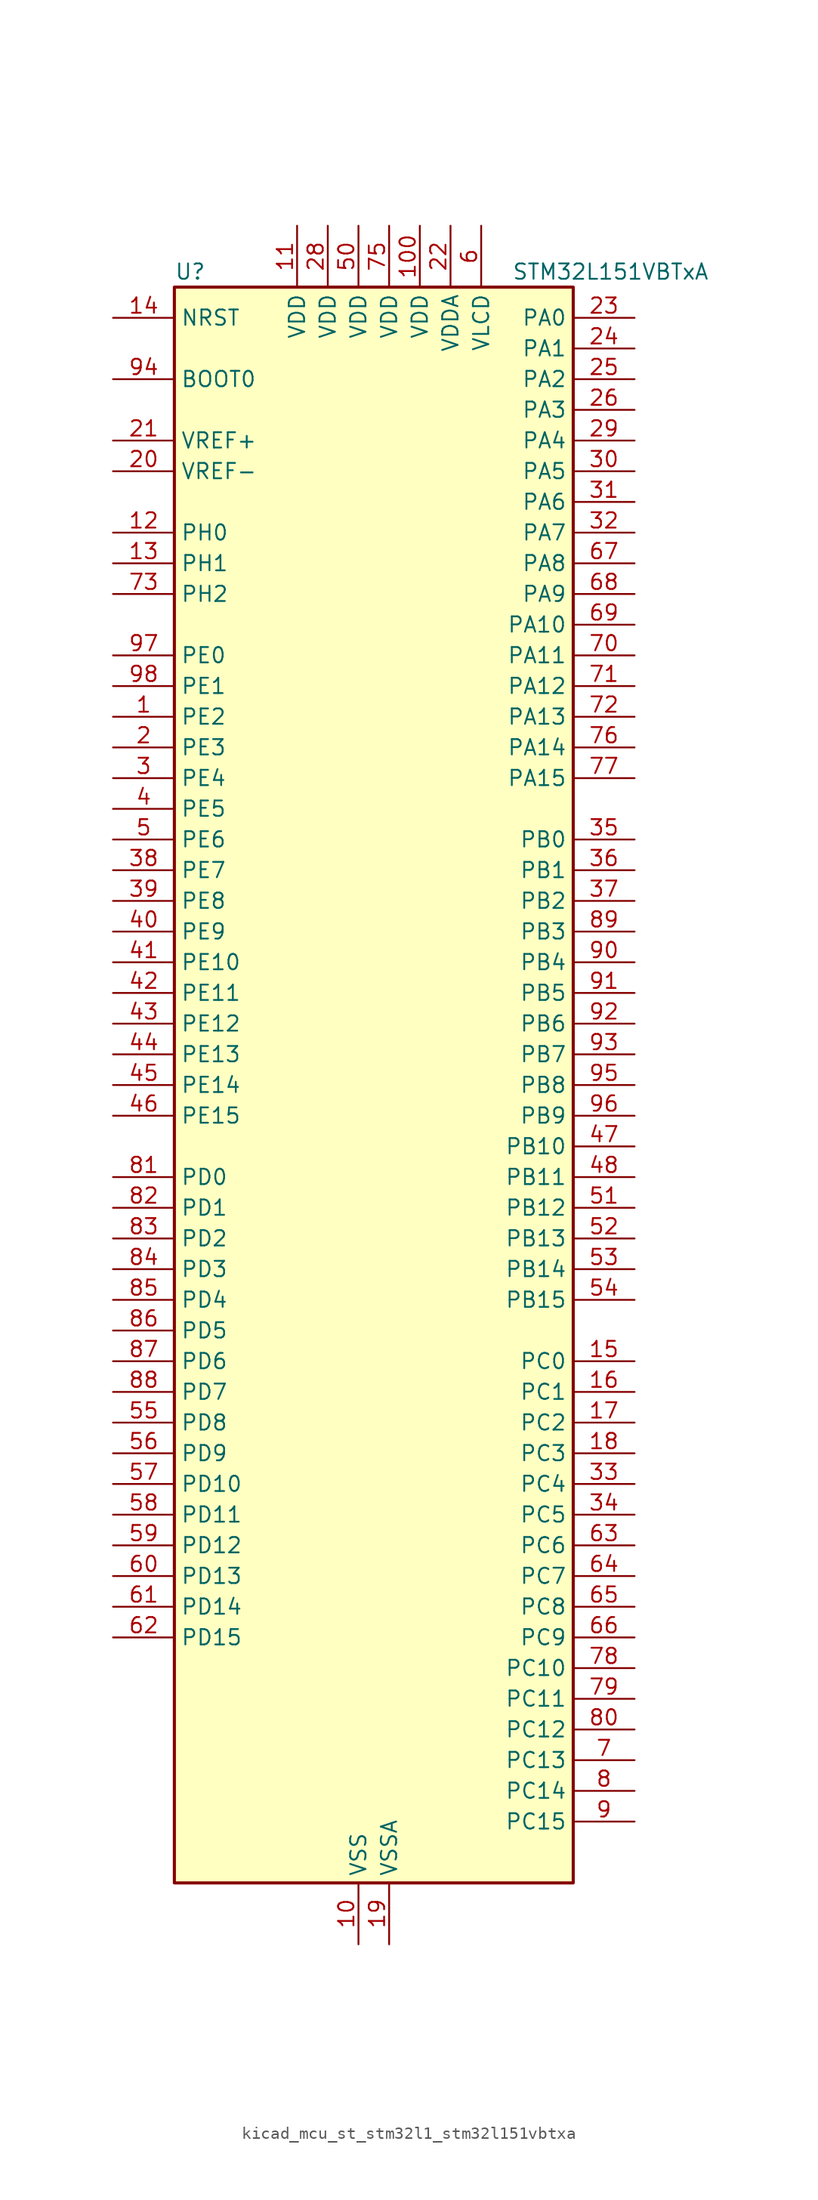
<source format=kicad_sym>
(kicad_symbol_lib
  (version 20220914)
  (generator kicad_symbol_editor)
  (symbol "kicad_mcu_st_stm32l1_stm32l151vbtxa"
    (property "Reference" "U"
      (at -15.24 67.31 0)
      (effects (font (size 1.27 1.27)) (justify left)))
    (property "Value" "STM32L151VBTxA"
      (at 12.7 67.31 0)
      (effects (font (size 1.27 1.27)) (justify left)))
    (property "ki_locked" ""
      (at 0 0 0)
      (effects (font (size 1.27 1.27))))
    (symbol "kicad_mcu_st_stm32l1_stm32l151vbtxa_0_1"
      (rectangle (start -15.24 -66.04) (end 17.78 66.04) (stroke (width 0.254) (type default)) (fill (type background))))
    (symbol "kicad_mcu_st_stm32l1_stm32l151vbtxa_1_1"
      (pin bidirectional line (at -20.32 30.48 0) (length 5.08) (name "PE2" (effects (font (size 1.27 1.27)))) (number "1" (effects (font (size 1.27 1.27)))) (alternate "SYS_TRACECK" bidirectional line) (alternate "TIM3_ETR" bidirectional line) (alternate "TIMX_IC3" bidirectional line))
      (pin power_in line (at 0 -71.12 90) (length 5.08) (name "VSS" (effects (font (size 1.27 1.27)))) (number "10" (effects (font (size 1.27 1.27)))))
      (pin power_in line (at 5.08 71.12 270) (length 5.08) (name "VDD" (effects (font (size 1.27 1.27)))) (number "100" (effects (font (size 1.27 1.27)))))
      (pin power_in line (at -5.08 71.12 270) (length 5.08) (name "VDD" (effects (font (size 1.27 1.27)))) (number "11" (effects (font (size 1.27 1.27)))))
      (pin bidirectional line (at -20.32 45.72 0) (length 5.08) (name "PH0" (effects (font (size 1.27 1.27)))) (number "12" (effects (font (size 1.27 1.27)))) (alternate "RCC_OSC_IN" bidirectional line))
      (pin bidirectional line (at -20.32 43.18 0) (length 5.08) (name "PH1" (effects (font (size 1.27 1.27)))) (number "13" (effects (font (size 1.27 1.27)))) (alternate "RCC_OSC_OUT" bidirectional line))
      (pin input line (at -20.32 63.5 0) (length 5.08) (name "NRST" (effects (font (size 1.27 1.27)))) (number "14" (effects (font (size 1.27 1.27)))))
      (pin bidirectional line (at 22.86 -22.86 180) (length 5.08) (name "PC0" (effects (font (size 1.27 1.27)))) (number "15" (effects (font (size 1.27 1.27)))) (alternate "ADC_IN10" bidirectional line) (alternate "COMP1_INP" bidirectional line) (alternate "TIMX_IC1" bidirectional line) (alternate "TS_G8_IO1" bidirectional line))
      (pin bidirectional line (at 22.86 -25.4 180) (length 5.08) (name "PC1" (effects (font (size 1.27 1.27)))) (number "16" (effects (font (size 1.27 1.27)))) (alternate "ADC_IN11" bidirectional line) (alternate "COMP1_INP" bidirectional line) (alternate "TIMX_IC2" bidirectional line) (alternate "TS_G8_IO2" bidirectional line))
      (pin bidirectional line (at 22.86 -27.94 180) (length 5.08) (name "PC2" (effects (font (size 1.27 1.27)))) (number "17" (effects (font (size 1.27 1.27)))) (alternate "ADC_IN12" bidirectional line) (alternate "COMP1_INP" bidirectional line) (alternate "TIMX_IC3" bidirectional line) (alternate "TS_G8_IO3" bidirectional line))
      (pin bidirectional line (at 22.86 -30.48 180) (length 5.08) (name "PC3" (effects (font (size 1.27 1.27)))) (number "18" (effects (font (size 1.27 1.27)))) (alternate "ADC_IN13" bidirectional line) (alternate "COMP1_INP" bidirectional line) (alternate "TIMX_IC4" bidirectional line) (alternate "TS_G8_IO4" bidirectional line))
      (pin power_in line (at 2.54 -71.12 90) (length 5.08) (name "VSSA" (effects (font (size 1.27 1.27)))) (number "19" (effects (font (size 1.27 1.27)))))
      (pin bidirectional line (at -20.32 27.94 0) (length 5.08) (name "PE3" (effects (font (size 1.27 1.27)))) (number "2" (effects (font (size 1.27 1.27)))) (alternate "SYS_TRACED0" bidirectional line) (alternate "TIM3_CH1" bidirectional line) (alternate "TIMX_IC4" bidirectional line))
      (pin input line (at -20.32 50.8 0) (length 5.08) (name "VREF-" (effects (font (size 1.27 1.27)))) (number "20" (effects (font (size 1.27 1.27)))))
      (pin input line (at -20.32 53.34 0) (length 5.08) (name "VREF+" (effects (font (size 1.27 1.27)))) (number "21" (effects (font (size 1.27 1.27)))))
      (pin power_in line (at 7.62 71.12 270) (length 5.08) (name "VDDA" (effects (font (size 1.27 1.27)))) (number "22" (effects (font (size 1.27 1.27)))))
      (pin bidirectional line (at 22.86 63.5 180) (length 5.08) (name "PA0" (effects (font (size 1.27 1.27)))) (number "23" (effects (font (size 1.27 1.27)))) (alternate "ADC_IN0" bidirectional line) (alternate "COMP1_INP" bidirectional line) (alternate "RTC_TAMP2" bidirectional line) (alternate "SYS_WKUP1" bidirectional line) (alternate "TIM2_CH1" bidirectional line) (alternate "TIM2_ETR" bidirectional line) (alternate "TIMX_IC1" bidirectional line) (alternate "TS_G1_IO1" bidirectional line) (alternate "USART2_CTS" bidirectional line))
      (pin bidirectional line (at 22.86 60.96 180) (length 5.08) (name "PA1" (effects (font (size 1.27 1.27)))) (number "24" (effects (font (size 1.27 1.27)))) (alternate "ADC_IN1" bidirectional line) (alternate "COMP1_INP" bidirectional line) (alternate "TIM2_CH2" bidirectional line) (alternate "TIMX_IC2" bidirectional line) (alternate "TS_G1_IO2" bidirectional line) (alternate "USART2_RTS" bidirectional line))
      (pin bidirectional line (at 22.86 58.42 180) (length 5.08) (name "PA2" (effects (font (size 1.27 1.27)))) (number "25" (effects (font (size 1.27 1.27)))) (alternate "ADC_IN2" bidirectional line) (alternate "COMP1_INP" bidirectional line) (alternate "TIM2_CH3" bidirectional line) (alternate "TIM9_CH1" bidirectional line) (alternate "TIMX_IC3" bidirectional line) (alternate "TS_G1_IO3" bidirectional line) (alternate "USART2_TX" bidirectional line))
      (pin bidirectional line (at 22.86 55.88 180) (length 5.08) (name "PA3" (effects (font (size 1.27 1.27)))) (number "26" (effects (font (size 1.27 1.27)))) (alternate "ADC_IN3" bidirectional line) (alternate "COMP1_INP" bidirectional line) (alternate "TIM2_CH4" bidirectional line) (alternate "TIM9_CH2" bidirectional line) (alternate "TIMX_IC4" bidirectional line) (alternate "TS_G1_IO4" bidirectional line) (alternate "USART2_RX" bidirectional line))
      (pin passive line (at 0 -71.12 90) (length 5.08) hide (name "VSS" (effects (font (size 1.27 1.27)))) (number "27" (effects (font (size 1.27 1.27)))))
      (pin power_in line (at -2.54 71.12 270) (length 5.08) (name "VDD" (effects (font (size 1.27 1.27)))) (number "28" (effects (font (size 1.27 1.27)))))
      (pin bidirectional line (at 22.86 53.34 180) (length 5.08) (name "PA4" (effects (font (size 1.27 1.27)))) (number "29" (effects (font (size 1.27 1.27)))) (alternate "ADC_IN4" bidirectional line) (alternate "COMP1_INP" bidirectional line) (alternate "DAC_OUT1" bidirectional line) (alternate "SPI1_NSS" bidirectional line) (alternate "TIMX_IC1" bidirectional line) (alternate "USART2_CK" bidirectional line))
      (pin bidirectional line (at -20.32 25.4 0) (length 5.08) (name "PE4" (effects (font (size 1.27 1.27)))) (number "3" (effects (font (size 1.27 1.27)))) (alternate "SYS_TRACED1" bidirectional line) (alternate "TIM3_CH2" bidirectional line) (alternate "TIMX_IC1" bidirectional line))
      (pin bidirectional line (at 22.86 50.8 180) (length 5.08) (name "PA5" (effects (font (size 1.27 1.27)))) (number "30" (effects (font (size 1.27 1.27)))) (alternate "ADC_IN5" bidirectional line) (alternate "COMP1_INP" bidirectional line) (alternate "DAC_OUT2" bidirectional line) (alternate "SPI1_SCK" bidirectional line) (alternate "TIM2_CH1" bidirectional line) (alternate "TIM2_ETR" bidirectional line) (alternate "TIMX_IC2" bidirectional line))
      (pin bidirectional line (at 22.86 48.26 180) (length 5.08) (name "PA6" (effects (font (size 1.27 1.27)))) (number "31" (effects (font (size 1.27 1.27)))) (alternate "ADC_IN6" bidirectional line) (alternate "COMP1_INP" bidirectional line) (alternate "SPI1_MISO" bidirectional line) (alternate "TIM10_CH1" bidirectional line) (alternate "TIM3_CH1" bidirectional line) (alternate "TIMX_IC3" bidirectional line) (alternate "TS_G2_IO1" bidirectional line))
      (pin bidirectional line (at 22.86 45.72 180) (length 5.08) (name "PA7" (effects (font (size 1.27 1.27)))) (number "32" (effects (font (size 1.27 1.27)))) (alternate "ADC_IN7" bidirectional line) (alternate "COMP1_INP" bidirectional line) (alternate "SPI1_MOSI" bidirectional line) (alternate "TIM11_CH1" bidirectional line) (alternate "TIM3_CH2" bidirectional line) (alternate "TIMX_IC4" bidirectional line) (alternate "TS_G2_IO2" bidirectional line))
      (pin bidirectional line (at 22.86 -33.02 180) (length 5.08) (name "PC4" (effects (font (size 1.27 1.27)))) (number "33" (effects (font (size 1.27 1.27)))) (alternate "ADC_IN14" bidirectional line) (alternate "COMP1_INP" bidirectional line) (alternate "TIMX_IC1" bidirectional line) (alternate "TS_G9_IO1" bidirectional line))
      (pin bidirectional line (at 22.86 -35.56 180) (length 5.08) (name "PC5" (effects (font (size 1.27 1.27)))) (number "34" (effects (font (size 1.27 1.27)))) (alternate "ADC_IN15" bidirectional line) (alternate "COMP1_INP" bidirectional line) (alternate "TIMX_IC2" bidirectional line) (alternate "TS_G9_IO2" bidirectional line))
      (pin bidirectional line (at 22.86 20.32 180) (length 5.08) (name "PB0" (effects (font (size 1.27 1.27)))) (number "35" (effects (font (size 1.27 1.27)))) (alternate "ADC_IN8" bidirectional line) (alternate "COMP1_INP" bidirectional line) (alternate "SYS_V_REF_OUT" bidirectional line) (alternate "TIM3_CH3" bidirectional line) (alternate "TS_G3_IO1" bidirectional line))
      (pin bidirectional line (at 22.86 17.78 180) (length 5.08) (name "PB1" (effects (font (size 1.27 1.27)))) (number "36" (effects (font (size 1.27 1.27)))) (alternate "ADC_IN9" bidirectional line) (alternate "COMP1_INP" bidirectional line) (alternate "SYS_V_REF_OUT" bidirectional line) (alternate "TIM3_CH4" bidirectional line) (alternate "TS_G3_IO2" bidirectional line))
      (pin bidirectional line (at 22.86 15.24 180) (length 5.08) (name "PB2" (effects (font (size 1.27 1.27)))) (number "37" (effects (font (size 1.27 1.27)))) (alternate "TS_G3_IO3" bidirectional line))
      (pin bidirectional line (at -20.32 17.78 0) (length 5.08) (name "PE7" (effects (font (size 1.27 1.27)))) (number "38" (effects (font (size 1.27 1.27)))) (alternate "ADC_IN22" bidirectional line) (alternate "COMP1_INP" bidirectional line) (alternate "TIMX_IC4" bidirectional line))
      (pin bidirectional line (at -20.32 15.24 0) (length 5.08) (name "PE8" (effects (font (size 1.27 1.27)))) (number "39" (effects (font (size 1.27 1.27)))) (alternate "ADC_IN23" bidirectional line) (alternate "COMP1_INP" bidirectional line) (alternate "TIMX_IC1" bidirectional line))
      (pin bidirectional line (at -20.32 22.86 0) (length 5.08) (name "PE5" (effects (font (size 1.27 1.27)))) (number "4" (effects (font (size 1.27 1.27)))) (alternate "SYS_TRACED2" bidirectional line) (alternate "TIM9_CH1" bidirectional line) (alternate "TIMX_IC2" bidirectional line))
      (pin bidirectional line (at -20.32 12.7 0) (length 5.08) (name "PE9" (effects (font (size 1.27 1.27)))) (number "40" (effects (font (size 1.27 1.27)))) (alternate "ADC_IN24" bidirectional line) (alternate "COMP1_INP" bidirectional line) (alternate "DAC_EXTI9" bidirectional line) (alternate "TIM2_CH1" bidirectional line) (alternate "TIM2_ETR" bidirectional line) (alternate "TIMX_IC2" bidirectional line))
      (pin bidirectional line (at -20.32 10.16 0) (length 5.08) (name "PE10" (effects (font (size 1.27 1.27)))) (number "41" (effects (font (size 1.27 1.27)))) (alternate "ADC_IN25" bidirectional line) (alternate "COMP1_INP" bidirectional line) (alternate "TIM2_CH2" bidirectional line) (alternate "TIMX_IC3" bidirectional line))
      (pin bidirectional line (at -20.32 7.62 0) (length 5.08) (name "PE11" (effects (font (size 1.27 1.27)))) (number "42" (effects (font (size 1.27 1.27)))) (alternate "ADC_EXTI11" bidirectional line) (alternate "TIM2_CH3" bidirectional line) (alternate "TIMX_IC4" bidirectional line))
      (pin bidirectional line (at -20.32 5.08 0) (length 5.08) (name "PE12" (effects (font (size 1.27 1.27)))) (number "43" (effects (font (size 1.27 1.27)))) (alternate "SPI1_NSS" bidirectional line) (alternate "TIM2_CH4" bidirectional line) (alternate "TIMX_IC1" bidirectional line))
      (pin bidirectional line (at -20.32 2.54 0) (length 5.08) (name "PE13" (effects (font (size 1.27 1.27)))) (number "44" (effects (font (size 1.27 1.27)))) (alternate "SPI1_SCK" bidirectional line) (alternate "TIMX_IC2" bidirectional line))
      (pin bidirectional line (at -20.32 0 0) (length 5.08) (name "PE14" (effects (font (size 1.27 1.27)))) (number "45" (effects (font (size 1.27 1.27)))) (alternate "SPI1_MISO" bidirectional line) (alternate "TIMX_IC3" bidirectional line))
      (pin bidirectional line (at -20.32 -2.54 0) (length 5.08) (name "PE15" (effects (font (size 1.27 1.27)))) (number "46" (effects (font (size 1.27 1.27)))) (alternate "ADC_EXTI15" bidirectional line) (alternate "SPI1_MOSI" bidirectional line) (alternate "TIMX_IC4" bidirectional line))
      (pin bidirectional line (at 22.86 -5.08 180) (length 5.08) (name "PB10" (effects (font (size 1.27 1.27)))) (number "47" (effects (font (size 1.27 1.27)))) (alternate "I2C2_SCL" bidirectional line) (alternate "TIM2_CH3" bidirectional line) (alternate "USART3_TX" bidirectional line))
      (pin bidirectional line (at 22.86 -7.62 180) (length 5.08) (name "PB11" (effects (font (size 1.27 1.27)))) (number "48" (effects (font (size 1.27 1.27)))) (alternate "ADC_EXTI11" bidirectional line) (alternate "I2C2_SDA" bidirectional line) (alternate "TIM2_CH4" bidirectional line) (alternate "USART3_RX" bidirectional line))
      (pin passive line (at 0 -71.12 90) (length 5.08) hide (name "VSS" (effects (font (size 1.27 1.27)))) (number "49" (effects (font (size 1.27 1.27)))))
      (pin bidirectional line (at -20.32 20.32 0) (length 5.08) (name "PE6" (effects (font (size 1.27 1.27)))) (number "5" (effects (font (size 1.27 1.27)))) (alternate "RTC_TAMP3" bidirectional line) (alternate "SYS_TRACED3" bidirectional line) (alternate "SYS_WKUP3" bidirectional line) (alternate "TIM9_CH2" bidirectional line) (alternate "TIMX_IC3" bidirectional line))
      (pin power_in line (at 0 71.12 270) (length 5.08) (name "VDD" (effects (font (size 1.27 1.27)))) (number "50" (effects (font (size 1.27 1.27)))))
      (pin bidirectional line (at 22.86 -10.16 180) (length 5.08) (name "PB12" (effects (font (size 1.27 1.27)))) (number "51" (effects (font (size 1.27 1.27)))) (alternate "ADC_IN18" bidirectional line) (alternate "COMP1_INP" bidirectional line) (alternate "I2C2_SMBA" bidirectional line) (alternate "SPI2_NSS" bidirectional line) (alternate "TIM10_CH1" bidirectional line) (alternate "TS_G7_IO1" bidirectional line) (alternate "USART3_CK" bidirectional line))
      (pin bidirectional line (at 22.86 -12.7 180) (length 5.08) (name "PB13" (effects (font (size 1.27 1.27)))) (number "52" (effects (font (size 1.27 1.27)))) (alternate "ADC_IN19" bidirectional line) (alternate "COMP1_INP" bidirectional line) (alternate "SPI2_SCK" bidirectional line) (alternate "TIM9_CH1" bidirectional line) (alternate "TS_G7_IO2" bidirectional line) (alternate "USART3_CTS" bidirectional line))
      (pin bidirectional line (at 22.86 -15.24 180) (length 5.08) (name "PB14" (effects (font (size 1.27 1.27)))) (number "53" (effects (font (size 1.27 1.27)))) (alternate "ADC_IN20" bidirectional line) (alternate "COMP1_INP" bidirectional line) (alternate "SPI2_MISO" bidirectional line) (alternate "TIM9_CH2" bidirectional line) (alternate "TS_G7_IO3" bidirectional line) (alternate "USART3_RTS" bidirectional line))
      (pin bidirectional line (at 22.86 -17.78 180) (length 5.08) (name "PB15" (effects (font (size 1.27 1.27)))) (number "54" (effects (font (size 1.27 1.27)))) (alternate "ADC_EXTI15" bidirectional line) (alternate "ADC_IN21" bidirectional line) (alternate "COMP1_INP" bidirectional line) (alternate "RTC_REFIN" bidirectional line) (alternate "SPI2_MOSI" bidirectional line) (alternate "TIM11_CH1" bidirectional line) (alternate "TS_G7_IO4" bidirectional line))
      (pin bidirectional line (at -20.32 -27.94 0) (length 5.08) (name "PD8" (effects (font (size 1.27 1.27)))) (number "55" (effects (font (size 1.27 1.27)))) (alternate "TIMX_IC1" bidirectional line) (alternate "USART3_TX" bidirectional line))
      (pin bidirectional line (at -20.32 -30.48 0) (length 5.08) (name "PD9" (effects (font (size 1.27 1.27)))) (number "56" (effects (font (size 1.27 1.27)))) (alternate "DAC_EXTI9" bidirectional line) (alternate "TIMX_IC2" bidirectional line) (alternate "USART3_RX" bidirectional line))
      (pin bidirectional line (at -20.32 -33.02 0) (length 5.08) (name "PD10" (effects (font (size 1.27 1.27)))) (number "57" (effects (font (size 1.27 1.27)))) (alternate "TIMX_IC3" bidirectional line) (alternate "USART3_CK" bidirectional line))
      (pin bidirectional line (at -20.32 -35.56 0) (length 5.08) (name "PD11" (effects (font (size 1.27 1.27)))) (number "58" (effects (font (size 1.27 1.27)))) (alternate "ADC_EXTI11" bidirectional line) (alternate "TIMX_IC4" bidirectional line) (alternate "USART3_CTS" bidirectional line))
      (pin bidirectional line (at -20.32 -38.1 0) (length 5.08) (name "PD12" (effects (font (size 1.27 1.27)))) (number "59" (effects (font (size 1.27 1.27)))) (alternate "TIM4_CH1" bidirectional line) (alternate "TIMX_IC1" bidirectional line) (alternate "USART3_RTS" bidirectional line))
      (pin power_in line (at 10.16 71.12 270) (length 5.08) (name "VLCD" (effects (font (size 1.27 1.27)))) (number "6" (effects (font (size 1.27 1.27)))))
      (pin bidirectional line (at -20.32 -40.64 0) (length 5.08) (name "PD13" (effects (font (size 1.27 1.27)))) (number "60" (effects (font (size 1.27 1.27)))) (alternate "TIM4_CH2" bidirectional line) (alternate "TIMX_IC2" bidirectional line))
      (pin bidirectional line (at -20.32 -43.18 0) (length 5.08) (name "PD14" (effects (font (size 1.27 1.27)))) (number "61" (effects (font (size 1.27 1.27)))) (alternate "TIM4_CH3" bidirectional line) (alternate "TIMX_IC3" bidirectional line))
      (pin bidirectional line (at -20.32 -45.72 0) (length 5.08) (name "PD15" (effects (font (size 1.27 1.27)))) (number "62" (effects (font (size 1.27 1.27)))) (alternate "ADC_EXTI15" bidirectional line) (alternate "TIM4_CH4" bidirectional line) (alternate "TIMX_IC4" bidirectional line))
      (pin bidirectional line (at 22.86 -38.1 180) (length 5.08) (name "PC6" (effects (font (size 1.27 1.27)))) (number "63" (effects (font (size 1.27 1.27)))) (alternate "TIM3_CH1" bidirectional line) (alternate "TIMX_IC3" bidirectional line) (alternate "TS_G10_IO1" bidirectional line))
      (pin bidirectional line (at 22.86 -40.64 180) (length 5.08) (name "PC7" (effects (font (size 1.27 1.27)))) (number "64" (effects (font (size 1.27 1.27)))) (alternate "TIM3_CH2" bidirectional line) (alternate "TIMX_IC4" bidirectional line) (alternate "TS_G10_IO2" bidirectional line))
      (pin bidirectional line (at 22.86 -43.18 180) (length 5.08) (name "PC8" (effects (font (size 1.27 1.27)))) (number "65" (effects (font (size 1.27 1.27)))) (alternate "TIM3_CH3" bidirectional line) (alternate "TIMX_IC1" bidirectional line) (alternate "TS_G10_IO3" bidirectional line))
      (pin bidirectional line (at 22.86 -45.72 180) (length 5.08) (name "PC9" (effects (font (size 1.27 1.27)))) (number "66" (effects (font (size 1.27 1.27)))) (alternate "DAC_EXTI9" bidirectional line) (alternate "TIM3_CH4" bidirectional line) (alternate "TIMX_IC2" bidirectional line) (alternate "TS_G10_IO4" bidirectional line))
      (pin bidirectional line (at 22.86 43.18 180) (length 5.08) (name "PA8" (effects (font (size 1.27 1.27)))) (number "67" (effects (font (size 1.27 1.27)))) (alternate "RCC_MCO" bidirectional line) (alternate "TIMX_IC1" bidirectional line) (alternate "TS_G4_IO1" bidirectional line) (alternate "USART1_CK" bidirectional line))
      (pin bidirectional line (at 22.86 40.64 180) (length 5.08) (name "PA9" (effects (font (size 1.27 1.27)))) (number "68" (effects (font (size 1.27 1.27)))) (alternate "DAC_EXTI9" bidirectional line) (alternate "TIMX_IC2" bidirectional line) (alternate "TS_G4_IO2" bidirectional line) (alternate "USART1_TX" bidirectional line))
      (pin bidirectional line (at 22.86 38.1 180) (length 5.08) (name "PA10" (effects (font (size 1.27 1.27)))) (number "69" (effects (font (size 1.27 1.27)))) (alternate "TIMX_IC3" bidirectional line) (alternate "TS_G4_IO3" bidirectional line) (alternate "USART1_RX" bidirectional line))
      (pin bidirectional line (at 22.86 -55.88 180) (length 5.08) (name "PC13" (effects (font (size 1.27 1.27)))) (number "7" (effects (font (size 1.27 1.27)))) (alternate "RTC_OUT_ALARM" bidirectional line) (alternate "RTC_OUT_CALIB" bidirectional line) (alternate "RTC_TAMP1" bidirectional line) (alternate "RTC_TS" bidirectional line) (alternate "SYS_WKUP2" bidirectional line) (alternate "TIMX_IC2" bidirectional line))
      (pin bidirectional line (at 22.86 35.56 180) (length 5.08) (name "PA11" (effects (font (size 1.27 1.27)))) (number "70" (effects (font (size 1.27 1.27)))) (alternate "ADC_EXTI11" bidirectional line) (alternate "SPI1_MISO" bidirectional line) (alternate "TIMX_IC4" bidirectional line) (alternate "USART1_CTS" bidirectional line) (alternate "USB_DM" bidirectional line))
      (pin bidirectional line (at 22.86 33.02 180) (length 5.08) (name "PA12" (effects (font (size 1.27 1.27)))) (number "71" (effects (font (size 1.27 1.27)))) (alternate "SPI1_MOSI" bidirectional line) (alternate "TIMX_IC1" bidirectional line) (alternate "USART1_RTS" bidirectional line) (alternate "USB_DP" bidirectional line))
      (pin bidirectional line (at 22.86 30.48 180) (length 5.08) (name "PA13" (effects (font (size 1.27 1.27)))) (number "72" (effects (font (size 1.27 1.27)))) (alternate "SYS_JTMS-SWDIO" bidirectional line) (alternate "TIMX_IC2" bidirectional line) (alternate "TS_G5_IO1" bidirectional line))
      (pin bidirectional line (at -20.32 40.64 0) (length 5.08) (name "PH2" (effects (font (size 1.27 1.27)))) (number "73" (effects (font (size 1.27 1.27)))))
      (pin passive line (at 0 -71.12 90) (length 5.08) hide (name "VSS" (effects (font (size 1.27 1.27)))) (number "74" (effects (font (size 1.27 1.27)))))
      (pin power_in line (at 2.54 71.12 270) (length 5.08) (name "VDD" (effects (font (size 1.27 1.27)))) (number "75" (effects (font (size 1.27 1.27)))))
      (pin bidirectional line (at 22.86 27.94 180) (length 5.08) (name "PA14" (effects (font (size 1.27 1.27)))) (number "76" (effects (font (size 1.27 1.27)))) (alternate "SYS_JTCK-SWCLK" bidirectional line) (alternate "TIMX_IC3" bidirectional line) (alternate "TS_G5_IO2" bidirectional line))
      (pin bidirectional line (at 22.86 25.4 180) (length 5.08) (name "PA15" (effects (font (size 1.27 1.27)))) (number "77" (effects (font (size 1.27 1.27)))) (alternate "ADC_EXTI15" bidirectional line) (alternate "SPI1_NSS" bidirectional line) (alternate "SYS_JTDI" bidirectional line) (alternate "TIM2_CH1" bidirectional line) (alternate "TIM2_ETR" bidirectional line) (alternate "TIMX_IC4" bidirectional line) (alternate "TS_G5_IO3" bidirectional line))
      (pin bidirectional line (at 22.86 -48.26 180) (length 5.08) (name "PC10" (effects (font (size 1.27 1.27)))) (number "78" (effects (font (size 1.27 1.27)))) (alternate "TIMX_IC3" bidirectional line) (alternate "USART3_TX" bidirectional line))
      (pin bidirectional line (at 22.86 -50.8 180) (length 5.08) (name "PC11" (effects (font (size 1.27 1.27)))) (number "79" (effects (font (size 1.27 1.27)))) (alternate "ADC_EXTI11" bidirectional line) (alternate "TIMX_IC4" bidirectional line) (alternate "USART3_RX" bidirectional line))
      (pin bidirectional line (at 22.86 -58.42 180) (length 5.08) (name "PC14" (effects (font (size 1.27 1.27)))) (number "8" (effects (font (size 1.27 1.27)))) (alternate "RCC_OSC32_IN" bidirectional line) (alternate "TIMX_IC3" bidirectional line))
      (pin bidirectional line (at 22.86 -53.34 180) (length 5.08) (name "PC12" (effects (font (size 1.27 1.27)))) (number "80" (effects (font (size 1.27 1.27)))) (alternate "TIMX_IC1" bidirectional line) (alternate "USART3_CK" bidirectional line))
      (pin bidirectional line (at -20.32 -7.62 0) (length 5.08) (name "PD0" (effects (font (size 1.27 1.27)))) (number "81" (effects (font (size 1.27 1.27)))) (alternate "SPI2_NSS" bidirectional line) (alternate "TIM9_CH1" bidirectional line) (alternate "TIMX_IC1" bidirectional line))
      (pin bidirectional line (at -20.32 -10.16 0) (length 5.08) (name "PD1" (effects (font (size 1.27 1.27)))) (number "82" (effects (font (size 1.27 1.27)))) (alternate "SPI2_SCK" bidirectional line) (alternate "TIMX_IC2" bidirectional line))
      (pin bidirectional line (at -20.32 -12.7 0) (length 5.08) (name "PD2" (effects (font (size 1.27 1.27)))) (number "83" (effects (font (size 1.27 1.27)))) (alternate "TIM3_ETR" bidirectional line) (alternate "TIMX_IC3" bidirectional line))
      (pin bidirectional line (at -20.32 -15.24 0) (length 5.08) (name "PD3" (effects (font (size 1.27 1.27)))) (number "84" (effects (font (size 1.27 1.27)))) (alternate "SPI2_MISO" bidirectional line) (alternate "TIMX_IC4" bidirectional line) (alternate "USART2_CTS" bidirectional line))
      (pin bidirectional line (at -20.32 -17.78 0) (length 5.08) (name "PD4" (effects (font (size 1.27 1.27)))) (number "85" (effects (font (size 1.27 1.27)))) (alternate "SPI2_MOSI" bidirectional line) (alternate "TIMX_IC1" bidirectional line) (alternate "USART2_RTS" bidirectional line))
      (pin bidirectional line (at -20.32 -20.32 0) (length 5.08) (name "PD5" (effects (font (size 1.27 1.27)))) (number "86" (effects (font (size 1.27 1.27)))) (alternate "TIMX_IC2" bidirectional line) (alternate "USART2_TX" bidirectional line))
      (pin bidirectional line (at -20.32 -22.86 0) (length 5.08) (name "PD6" (effects (font (size 1.27 1.27)))) (number "87" (effects (font (size 1.27 1.27)))) (alternate "TIMX_IC3" bidirectional line) (alternate "USART2_RX" bidirectional line))
      (pin bidirectional line (at -20.32 -25.4 0) (length 5.08) (name "PD7" (effects (font (size 1.27 1.27)))) (number "88" (effects (font (size 1.27 1.27)))) (alternate "TIM9_CH2" bidirectional line) (alternate "TIMX_IC4" bidirectional line) (alternate "USART2_CK" bidirectional line))
      (pin bidirectional line (at 22.86 12.7 180) (length 5.08) (name "PB3" (effects (font (size 1.27 1.27)))) (number "89" (effects (font (size 1.27 1.27)))) (alternate "COMP2_INM" bidirectional line) (alternate "SPI1_SCK" bidirectional line) (alternate "SYS_JTDO-TRACESWO" bidirectional line) (alternate "TIM2_CH2" bidirectional line))
      (pin bidirectional line (at 22.86 -60.96 180) (length 5.08) (name "PC15" (effects (font (size 1.27 1.27)))) (number "9" (effects (font (size 1.27 1.27)))) (alternate "ADC_EXTI15" bidirectional line) (alternate "RCC_OSC32_OUT" bidirectional line) (alternate "TIMX_IC4" bidirectional line))
      (pin bidirectional line (at 22.86 10.16 180) (length 5.08) (name "PB4" (effects (font (size 1.27 1.27)))) (number "90" (effects (font (size 1.27 1.27)))) (alternate "COMP2_INP" bidirectional line) (alternate "SPI1_MISO" bidirectional line) (alternate "SYS_JTRST" bidirectional line) (alternate "TIM3_CH1" bidirectional line) (alternate "TS_G6_IO1" bidirectional line))
      (pin bidirectional line (at 22.86 7.62 180) (length 5.08) (name "PB5" (effects (font (size 1.27 1.27)))) (number "91" (effects (font (size 1.27 1.27)))) (alternate "COMP2_INP" bidirectional line) (alternate "I2C1_SMBA" bidirectional line) (alternate "SPI1_MOSI" bidirectional line) (alternate "TIM3_CH2" bidirectional line) (alternate "TS_G6_IO2" bidirectional line))
      (pin bidirectional line (at 22.86 5.08 180) (length 5.08) (name "PB6" (effects (font (size 1.27 1.27)))) (number "92" (effects (font (size 1.27 1.27)))) (alternate "I2C1_SCL" bidirectional line) (alternate "TIM4_CH1" bidirectional line) (alternate "TS_G6_IO3" bidirectional line) (alternate "USART1_TX" bidirectional line))
      (pin bidirectional line (at 22.86 2.54 180) (length 5.08) (name "PB7" (effects (font (size 1.27 1.27)))) (number "93" (effects (font (size 1.27 1.27)))) (alternate "I2C1_SDA" bidirectional line) (alternate "SYS_PVD_IN" bidirectional line) (alternate "TIM4_CH2" bidirectional line) (alternate "TS_G6_IO4" bidirectional line) (alternate "USART1_RX" bidirectional line))
      (pin input line (at -20.32 58.42 0) (length 5.08) (name "BOOT0" (effects (font (size 1.27 1.27)))) (number "94" (effects (font (size 1.27 1.27)))))
      (pin bidirectional line (at 22.86 0 180) (length 5.08) (name "PB8" (effects (font (size 1.27 1.27)))) (number "95" (effects (font (size 1.27 1.27)))) (alternate "I2C1_SCL" bidirectional line) (alternate "TIM10_CH1" bidirectional line) (alternate "TIM4_CH3" bidirectional line))
      (pin bidirectional line (at 22.86 -2.54 180) (length 5.08) (name "PB9" (effects (font (size 1.27 1.27)))) (number "96" (effects (font (size 1.27 1.27)))) (alternate "DAC_EXTI9" bidirectional line) (alternate "I2C1_SDA" bidirectional line) (alternate "TIM11_CH1" bidirectional line) (alternate "TIM4_CH4" bidirectional line))
      (pin bidirectional line (at -20.32 35.56 0) (length 5.08) (name "PE0" (effects (font (size 1.27 1.27)))) (number "97" (effects (font (size 1.27 1.27)))) (alternate "TIM10_CH1" bidirectional line) (alternate "TIM4_ETR" bidirectional line) (alternate "TIMX_IC1" bidirectional line))
      (pin bidirectional line (at -20.32 33.02 0) (length 5.08) (name "PE1" (effects (font (size 1.27 1.27)))) (number "98" (effects (font (size 1.27 1.27)))) (alternate "TIM11_CH1" bidirectional line) (alternate "TIMX_IC2" bidirectional line))
      (pin passive line (at 0 -71.12 90) (length 5.08) hide (name "VSS" (effects (font (size 1.27 1.27)))) (number "99" (effects (font (size 1.27 1.27))))))))
</source>
